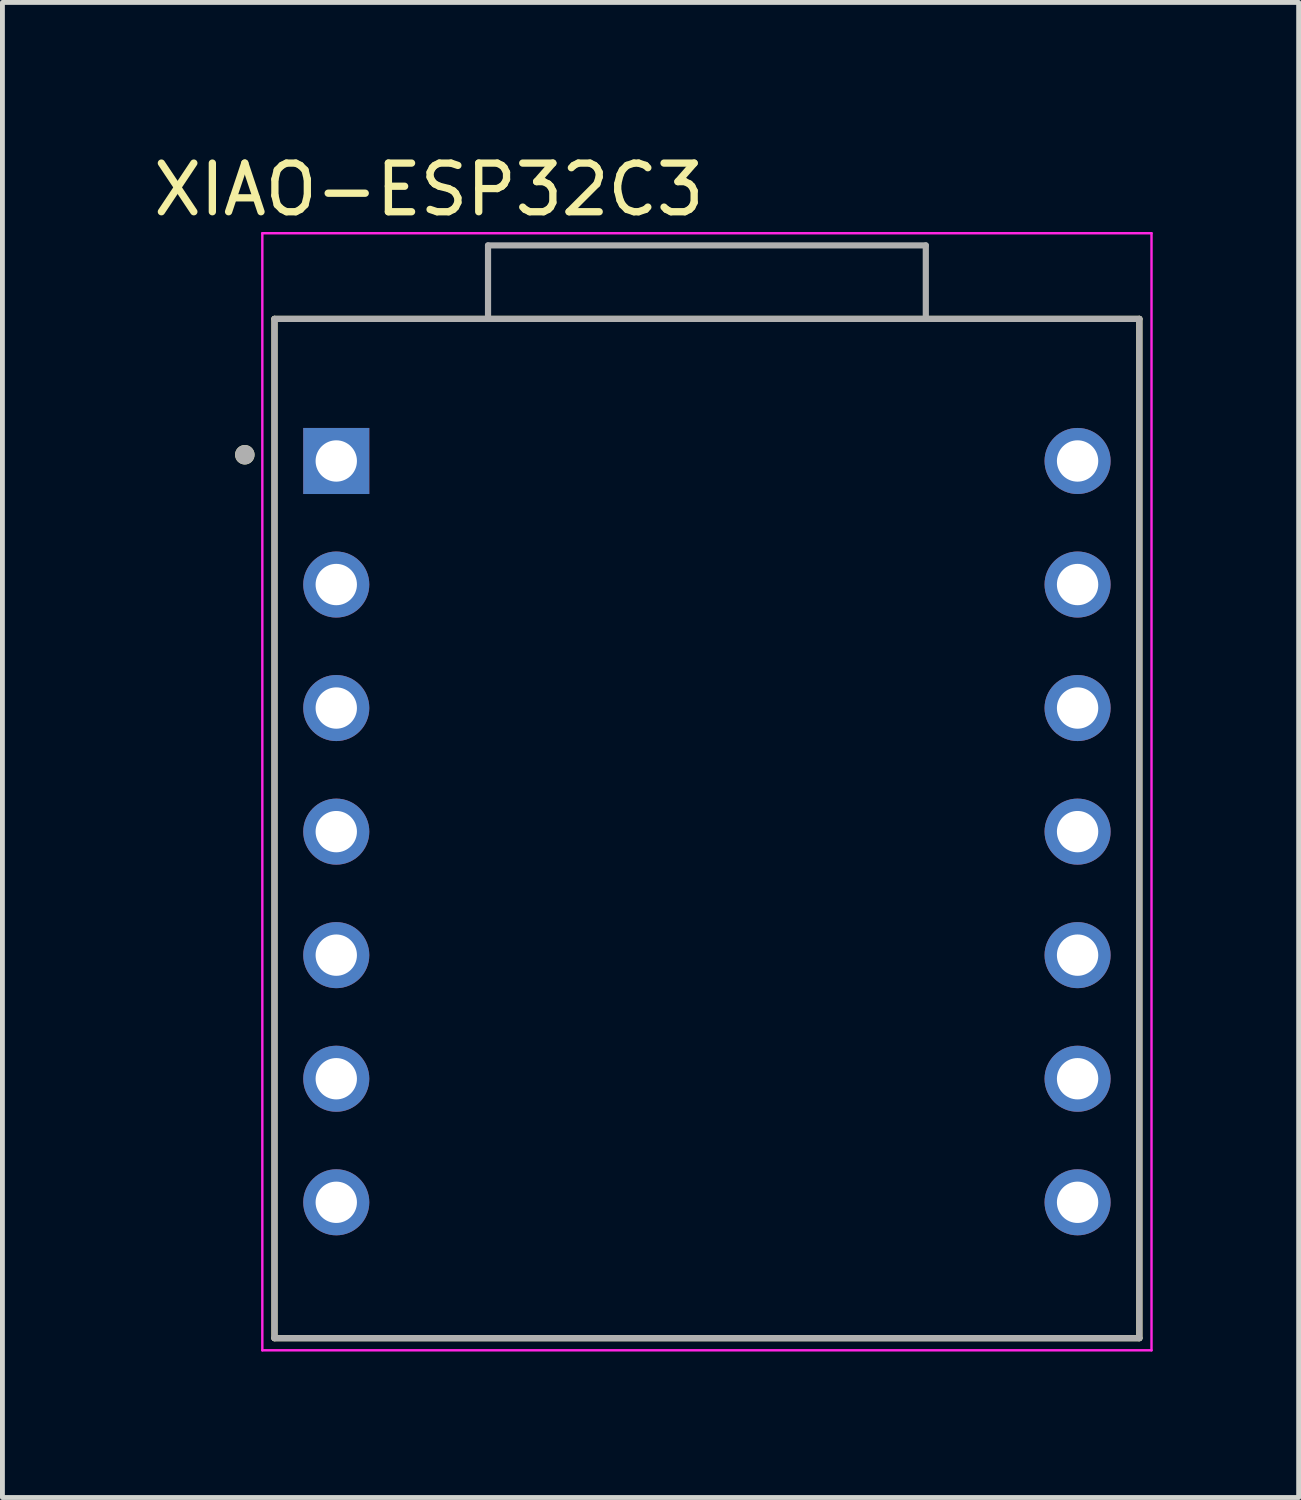
<source format=kicad_pcb>
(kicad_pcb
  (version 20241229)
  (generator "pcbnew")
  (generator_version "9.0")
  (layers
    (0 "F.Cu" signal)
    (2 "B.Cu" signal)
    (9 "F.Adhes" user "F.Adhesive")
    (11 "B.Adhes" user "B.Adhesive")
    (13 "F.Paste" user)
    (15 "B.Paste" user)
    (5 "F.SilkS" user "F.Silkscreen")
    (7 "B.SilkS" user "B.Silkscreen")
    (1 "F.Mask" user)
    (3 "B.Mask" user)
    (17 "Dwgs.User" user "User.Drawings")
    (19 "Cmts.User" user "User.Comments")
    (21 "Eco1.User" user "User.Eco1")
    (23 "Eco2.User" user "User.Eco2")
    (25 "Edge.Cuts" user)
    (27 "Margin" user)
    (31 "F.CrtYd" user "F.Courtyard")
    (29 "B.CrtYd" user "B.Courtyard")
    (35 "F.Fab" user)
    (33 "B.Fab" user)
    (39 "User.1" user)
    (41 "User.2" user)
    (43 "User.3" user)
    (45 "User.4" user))
  (footprint "XIAO-ESP32C3"
    (layer "F.Cu")
    (at 11.483 13.983)
    (property "Reference" "XIAO-ESP32C3" (at -5.715 -13.135 0) (layer "F.SilkS") (effects (font (size 1 1) (thickness 0.15))))
    (attr through_hole)
    (fp_line (start -8.89 -10.477) (end 8.89 -10.477) (stroke (width 0.127) (type solid)) (layer "F.SilkS"))
    (fp_line (start -8.89 10.477) (end -8.89 -10.477) (stroke (width 0.127) (type solid)) (layer "F.SilkS"))
    (fp_line (start 8.89 -10.477) (end 8.89 10.477) (stroke (width 0.127) (type solid)) (layer "F.SilkS"))
    (fp_line (start 8.89 10.477) (end -8.89 10.477) (stroke (width 0.127) (type solid)) (layer "F.SilkS"))
    (fp_circle (center -9.5 -7.684) (end -9.4 -7.684) (stroke (width 0.2) (type solid)) (fill no) (layer "F.SilkS"))
    (fp_line (start -9.14 -12.238) (end -9.14 10.727) (stroke (width 0.05) (type solid)) (layer "F.CrtYd"))
    (fp_line (start -9.14 10.727) (end 9.14 10.727) (stroke (width 0.05) (type solid)) (layer "F.CrtYd"))
    (fp_line (start 9.14 -12.238) (end -9.14 -12.238) (stroke (width 0.05) (type solid)) (layer "F.CrtYd"))
    (fp_line (start 9.14 10.727) (end 9.14 -12.238) (stroke (width 0.05) (type solid)) (layer "F.CrtYd"))
    (fp_line (start -8.89 -10.477) (end -4.5 -10.477) (stroke (width 0.127) (type solid)) (layer "F.Fab"))
    (fp_line (start -8.89 10.477) (end -8.89 -10.477) (stroke (width 0.127) (type solid)) (layer "F.Fab"))
    (fp_line (start -4.5 -11.988) (end 4.5 -11.988) (stroke (width 0.127) (type solid)) (layer "F.Fab"))
    (fp_line (start -4.5 -10.477) (end -4.5 -11.988) (stroke (width 0.127) (type solid)) (layer "F.Fab"))
    (fp_line (start -4.5 -10.477) (end 4.5 -10.477) (stroke (width 0.127) (type solid)) (layer "F.Fab"))
    (fp_line (start 4.5 -11.988) (end 4.5 -10.477) (stroke (width 0.127) (type solid)) (layer "F.Fab"))
    (fp_line (start 4.5 -10.477) (end 8.89 -10.477) (stroke (width 0.127) (type solid)) (layer "F.Fab"))
    (fp_line (start 8.89 -10.477) (end 8.89 10.477) (stroke (width 0.127) (type solid)) (layer "F.Fab"))
    (fp_line (start 8.89 10.477) (end -8.89 10.477) (stroke (width 0.127) (type solid)) (layer "F.Fab"))
    (fp_circle (center -9.5 -7.684) (end -9.4 -7.684) (stroke (width 0.2) (type solid)) (fill no) (layer "F.Fab"))
    (pad "1" thru_hole rect (at -7.62 -7.556) (size 1.358 1.358) (drill 0.85) (layers "*.Cu" "*.Mask"))
    (pad "2" thru_hole circle (at -7.62 -5.016) (size 1.358 1.358) (drill 0.85) (layers "*.Cu" "*.Mask"))
    (pad "3" thru_hole circle (at -7.62 -2.477) (size 1.358 1.358) (drill 0.85) (layers "*.Cu" "*.Mask"))
    (pad "4" thru_hole circle (at -7.62 0.064) (size 1.358 1.358) (drill 0.85) (layers "*.Cu" "*.Mask"))
    (pad "5" thru_hole circle (at -7.62 2.603) (size 1.358 1.358) (drill 0.85) (layers "*.Cu" "*.Mask"))
    (pad "6" thru_hole circle (at -7.62 5.144) (size 1.358 1.358) (drill 0.85) (layers "*.Cu" "*.Mask"))
    (pad "7" thru_hole circle (at -7.62 7.684) (size 1.358 1.358) (drill 0.85) (layers "*.Cu" "*.Mask"))
    (pad "8" thru_hole circle (at 7.62 7.684) (size 1.358 1.358) (drill 0.85) (layers "*.Cu" "*.Mask"))
    (pad "9" thru_hole circle (at 7.62 5.144) (size 1.358 1.358) (drill 0.85) (layers "*.Cu" "*.Mask"))
    (pad "10" thru_hole circle (at 7.62 2.603) (size 1.358 1.358) (drill 0.85) (layers "*.Cu" "*.Mask"))
    (pad "11" thru_hole circle (at 7.62 0.064) (size 1.358 1.358) (drill 0.85) (layers "*.Cu" "*.Mask"))
    (pad "12" thru_hole circle (at 7.62 -2.477) (size 1.358 1.358) (drill 0.85) (layers "*.Cu" "*.Mask"))
    (pad "13" thru_hole circle (at 7.62 -5.016) (size 1.358 1.358) (drill 0.85) (layers "*.Cu" "*.Mask"))
    (pad "14" thru_hole circle (at 7.62 -7.556) (size 1.358 1.358) (drill 0.85) (layers "*.Cu" "*.Mask")))
  (gr_rect
    (start -3 -3)
    (end 23.648 27.736)
    (stroke (width 0.1) (type default))
    (fill no)
    (layer "Edge.Cuts")))
</source>
